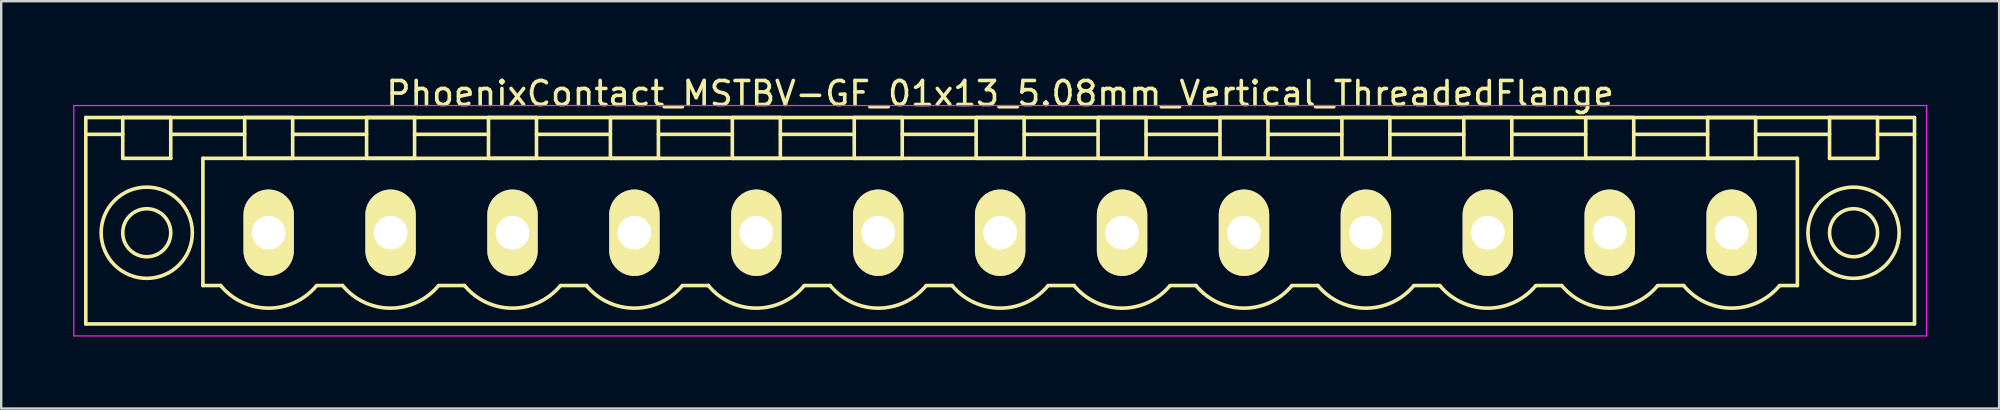
<source format=kicad_pcb>
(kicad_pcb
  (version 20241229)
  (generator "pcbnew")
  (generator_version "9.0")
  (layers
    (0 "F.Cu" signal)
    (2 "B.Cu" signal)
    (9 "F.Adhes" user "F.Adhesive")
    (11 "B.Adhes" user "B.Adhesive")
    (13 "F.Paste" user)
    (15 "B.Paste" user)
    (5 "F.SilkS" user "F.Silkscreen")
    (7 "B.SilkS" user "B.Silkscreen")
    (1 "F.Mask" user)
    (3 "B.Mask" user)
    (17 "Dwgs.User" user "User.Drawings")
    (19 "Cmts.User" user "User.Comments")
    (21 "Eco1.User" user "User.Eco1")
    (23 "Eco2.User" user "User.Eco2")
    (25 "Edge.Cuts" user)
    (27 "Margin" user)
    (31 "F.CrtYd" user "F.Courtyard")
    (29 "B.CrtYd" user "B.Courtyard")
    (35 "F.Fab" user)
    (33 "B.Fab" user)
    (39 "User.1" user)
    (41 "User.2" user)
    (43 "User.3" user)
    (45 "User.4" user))
  (footprint "PhoenixContact_MSTBV-GF_01x13_5.08mm_Vertical_ThreadedFlange"
    (layer "F.Cu")
    (at 8.145 6.648)
    (property "Reference" "PhoenixContact_MSTBV-GF_01x13_5.08mm_Vertical_ThreadedFlange" (at 30.48 -5.8 0) (layer "F.SilkS") (effects (font (size 1 1) (thickness 0.15))))
    (attr through_hole)
    (fp_line (start -7.62 -4.8) (end -7.62 3.8) (stroke (width 0.15) (type solid)) (layer "F.SilkS"))
    (fp_line (start -7.62 -4.1) (end -6.08 -4.1) (stroke (width 0.15) (type solid)) (layer "F.SilkS"))
    (fp_line (start -7.62 3.8) (end 68.58 3.8) (stroke (width 0.15) (type solid)) (layer "F.SilkS"))
    (fp_line (start -6.08 -4.8) (end -4.08 -4.8) (stroke (width 0.15) (type solid)) (layer "F.SilkS"))
    (fp_line (start -6.08 -3.1) (end -6.08 -4.8) (stroke (width 0.15) (type solid)) (layer "F.SilkS"))
    (fp_line (start -4.08 -4.8) (end -4.08 -3.1) (stroke (width 0.15) (type solid)) (layer "F.SilkS"))
    (fp_line (start -4.08 -4.1) (end -1 -4.1) (stroke (width 0.15) (type solid)) (layer "F.SilkS"))
    (fp_line (start -4.08 -3.1) (end -6.08 -3.1) (stroke (width 0.15) (type solid)) (layer "F.SilkS"))
    (fp_line (start -2.74 -3.1) (end 63.7 -3.1) (stroke (width 0.15) (type solid)) (layer "F.SilkS"))
    (fp_line (start -2.74 2.2) (end -2.74 -3.1) (stroke (width 0.15) (type solid)) (layer "F.SilkS"))
    (fp_line (start -2 2.2) (end -2.74 2.2) (stroke (width 0.15) (type solid)) (layer "F.SilkS"))
    (fp_line (start -1 -4.8) (end 1 -4.8) (stroke (width 0.15) (type solid)) (layer "F.SilkS"))
    (fp_line (start -1 -3.1) (end -1 -4.8) (stroke (width 0.15) (type solid)) (layer "F.SilkS"))
    (fp_line (start 1 -4.8) (end 1 -3.1) (stroke (width 0.15) (type solid)) (layer "F.SilkS"))
    (fp_line (start 1 -4.1) (end 4.08 -4.1) (stroke (width 0.15) (type solid)) (layer "F.SilkS"))
    (fp_line (start 1 -3.1) (end -1 -3.1) (stroke (width 0.15) (type solid)) (layer "F.SilkS"))
    (fp_line (start 2 2.2) (end 3.08 2.2) (stroke (width 0.15) (type solid)) (layer "F.SilkS"))
    (fp_line (start 4.08 -4.8) (end 6.08 -4.8) (stroke (width 0.15) (type solid)) (layer "F.SilkS"))
    (fp_line (start 4.08 -3.1) (end 4.08 -4.8) (stroke (width 0.15) (type solid)) (layer "F.SilkS"))
    (fp_line (start 6.08 -4.8) (end 6.08 -3.1) (stroke (width 0.15) (type solid)) (layer "F.SilkS"))
    (fp_line (start 6.08 -4.1) (end 9.16 -4.1) (stroke (width 0.15) (type solid)) (layer "F.SilkS"))
    (fp_line (start 6.08 -3.1) (end 4.08 -3.1) (stroke (width 0.15) (type solid)) (layer "F.SilkS"))
    (fp_line (start 7.08 2.2) (end 8.16 2.2) (stroke (width 0.15) (type solid)) (layer "F.SilkS"))
    (fp_line (start 9.16 -4.8) (end 11.16 -4.8) (stroke (width 0.15) (type solid)) (layer "F.SilkS"))
    (fp_line (start 9.16 -3.1) (end 9.16 -4.8) (stroke (width 0.15) (type solid)) (layer "F.SilkS"))
    (fp_line (start 11.16 -4.8) (end 11.16 -3.1) (stroke (width 0.15) (type solid)) (layer "F.SilkS"))
    (fp_line (start 11.16 -4.1) (end 14.24 -4.1) (stroke (width 0.15) (type solid)) (layer "F.SilkS"))
    (fp_line (start 11.16 -3.1) (end 9.16 -3.1) (stroke (width 0.15) (type solid)) (layer "F.SilkS"))
    (fp_line (start 12.16 2.2) (end 13.24 2.2) (stroke (width 0.15) (type solid)) (layer "F.SilkS"))
    (fp_line (start 14.24 -4.8) (end 16.24 -4.8) (stroke (width 0.15) (type solid)) (layer "F.SilkS"))
    (fp_line (start 14.24 -3.1) (end 14.24 -4.8) (stroke (width 0.15) (type solid)) (layer "F.SilkS"))
    (fp_line (start 16.24 -4.8) (end 16.24 -3.1) (stroke (width 0.15) (type solid)) (layer "F.SilkS"))
    (fp_line (start 16.24 -4.1) (end 19.32 -4.1) (stroke (width 0.15) (type solid)) (layer "F.SilkS"))
    (fp_line (start 16.24 -3.1) (end 14.24 -3.1) (stroke (width 0.15) (type solid)) (layer "F.SilkS"))
    (fp_line (start 17.24 2.2) (end 18.32 2.2) (stroke (width 0.15) (type solid)) (layer "F.SilkS"))
    (fp_line (start 19.32 -4.8) (end 21.32 -4.8) (stroke (width 0.15) (type solid)) (layer "F.SilkS"))
    (fp_line (start 19.32 -3.1) (end 19.32 -4.8) (stroke (width 0.15) (type solid)) (layer "F.SilkS"))
    (fp_line (start 21.32 -4.8) (end 21.32 -3.1) (stroke (width 0.15) (type solid)) (layer "F.SilkS"))
    (fp_line (start 21.32 -4.1) (end 24.4 -4.1) (stroke (width 0.15) (type solid)) (layer "F.SilkS"))
    (fp_line (start 21.32 -3.1) (end 19.32 -3.1) (stroke (width 0.15) (type solid)) (layer "F.SilkS"))
    (fp_line (start 22.32 2.2) (end 23.4 2.2) (stroke (width 0.15) (type solid)) (layer "F.SilkS"))
    (fp_line (start 24.4 -4.8) (end 26.4 -4.8) (stroke (width 0.15) (type solid)) (layer "F.SilkS"))
    (fp_line (start 24.4 -3.1) (end 24.4 -4.8) (stroke (width 0.15) (type solid)) (layer "F.SilkS"))
    (fp_line (start 26.4 -4.8) (end 26.4 -3.1) (stroke (width 0.15) (type solid)) (layer "F.SilkS"))
    (fp_line (start 26.4 -4.1) (end 29.48 -4.1) (stroke (width 0.15) (type solid)) (layer "F.SilkS"))
    (fp_line (start 26.4 -3.1) (end 24.4 -3.1) (stroke (width 0.15) (type solid)) (layer "F.SilkS"))
    (fp_line (start 27.4 2.2) (end 28.48 2.2) (stroke (width 0.15) (type solid)) (layer "F.SilkS"))
    (fp_line (start 29.48 -4.8) (end 31.48 -4.8) (stroke (width 0.15) (type solid)) (layer "F.SilkS"))
    (fp_line (start 29.48 -3.1) (end 29.48 -4.8) (stroke (width 0.15) (type solid)) (layer "F.SilkS"))
    (fp_line (start 31.48 -4.8) (end 31.48 -3.1) (stroke (width 0.15) (type solid)) (layer "F.SilkS"))
    (fp_line (start 31.48 -4.1) (end 34.56 -4.1) (stroke (width 0.15) (type solid)) (layer "F.SilkS"))
    (fp_line (start 31.48 -3.1) (end 29.48 -3.1) (stroke (width 0.15) (type solid)) (layer "F.SilkS"))
    (fp_line (start 32.48 2.2) (end 33.56 2.2) (stroke (width 0.15) (type solid)) (layer "F.SilkS"))
    (fp_line (start 34.56 -4.8) (end 36.56 -4.8) (stroke (width 0.15) (type solid)) (layer "F.SilkS"))
    (fp_line (start 34.56 -3.1) (end 34.56 -4.8) (stroke (width 0.15) (type solid)) (layer "F.SilkS"))
    (fp_line (start 36.56 -4.8) (end 36.56 -3.1) (stroke (width 0.15) (type solid)) (layer "F.SilkS"))
    (fp_line (start 36.56 -4.1) (end 39.64 -4.1) (stroke (width 0.15) (type solid)) (layer "F.SilkS"))
    (fp_line (start 36.56 -3.1) (end 34.56 -3.1) (stroke (width 0.15) (type solid)) (layer "F.SilkS"))
    (fp_line (start 37.56 2.2) (end 38.64 2.2) (stroke (width 0.15) (type solid)) (layer "F.SilkS"))
    (fp_line (start 39.64 -4.8) (end 41.64 -4.8) (stroke (width 0.15) (type solid)) (layer "F.SilkS"))
    (fp_line (start 39.64 -3.1) (end 39.64 -4.8) (stroke (width 0.15) (type solid)) (layer "F.SilkS"))
    (fp_line (start 41.64 -4.8) (end 41.64 -3.1) (stroke (width 0.15) (type solid)) (layer "F.SilkS"))
    (fp_line (start 41.64 -4.1) (end 44.72 -4.1) (stroke (width 0.15) (type solid)) (layer "F.SilkS"))
    (fp_line (start 41.64 -3.1) (end 39.64 -3.1) (stroke (width 0.15) (type solid)) (layer "F.SilkS"))
    (fp_line (start 42.64 2.2) (end 43.72 2.2) (stroke (width 0.15) (type solid)) (layer "F.SilkS"))
    (fp_line (start 44.72 -4.8) (end 46.72 -4.8) (stroke (width 0.15) (type solid)) (layer "F.SilkS"))
    (fp_line (start 44.72 -3.1) (end 44.72 -4.8) (stroke (width 0.15) (type solid)) (layer "F.SilkS"))
    (fp_line (start 46.72 -4.8) (end 46.72 -3.1) (stroke (width 0.15) (type solid)) (layer "F.SilkS"))
    (fp_line (start 46.72 -4.1) (end 49.8 -4.1) (stroke (width 0.15) (type solid)) (layer "F.SilkS"))
    (fp_line (start 46.72 -3.1) (end 44.72 -3.1) (stroke (width 0.15) (type solid)) (layer "F.SilkS"))
    (fp_line (start 47.72 2.2) (end 48.8 2.2) (stroke (width 0.15) (type solid)) (layer "F.SilkS"))
    (fp_line (start 49.8 -4.8) (end 51.8 -4.8) (stroke (width 0.15) (type solid)) (layer "F.SilkS"))
    (fp_line (start 49.8 -3.1) (end 49.8 -4.8) (stroke (width 0.15) (type solid)) (layer "F.SilkS"))
    (fp_line (start 51.8 -4.8) (end 51.8 -3.1) (stroke (width 0.15) (type solid)) (layer "F.SilkS"))
    (fp_line (start 51.8 -4.1) (end 54.88 -4.1) (stroke (width 0.15) (type solid)) (layer "F.SilkS"))
    (fp_line (start 51.8 -3.1) (end 49.8 -3.1) (stroke (width 0.15) (type solid)) (layer "F.SilkS"))
    (fp_line (start 52.8 2.2) (end 53.88 2.2) (stroke (width 0.15) (type solid)) (layer "F.SilkS"))
    (fp_line (start 54.88 -4.8) (end 56.88 -4.8) (stroke (width 0.15) (type solid)) (layer "F.SilkS"))
    (fp_line (start 54.88 -3.1) (end 54.88 -4.8) (stroke (width 0.15) (type solid)) (layer "F.SilkS"))
    (fp_line (start 56.88 -4.8) (end 56.88 -3.1) (stroke (width 0.15) (type solid)) (layer "F.SilkS"))
    (fp_line (start 56.88 -4.1) (end 59.96 -4.1) (stroke (width 0.15) (type solid)) (layer "F.SilkS"))
    (fp_line (start 56.88 -3.1) (end 54.88 -3.1) (stroke (width 0.15) (type solid)) (layer "F.SilkS"))
    (fp_line (start 57.88 2.2) (end 58.96 2.2) (stroke (width 0.15) (type solid)) (layer "F.SilkS"))
    (fp_line (start 59.96 -4.8) (end 61.96 -4.8) (stroke (width 0.15) (type solid)) (layer "F.SilkS"))
    (fp_line (start 59.96 -3.1) (end 59.96 -4.8) (stroke (width 0.15) (type solid)) (layer "F.SilkS"))
    (fp_line (start 61.96 -4.8) (end 61.96 -3.1) (stroke (width 0.15) (type solid)) (layer "F.SilkS"))
    (fp_line (start 61.96 -4.1) (end 65.04 -4.1) (stroke (width 0.15) (type solid)) (layer "F.SilkS"))
    (fp_line (start 61.96 -3.1) (end 59.96 -3.1) (stroke (width 0.15) (type solid)) (layer "F.SilkS"))
    (fp_line (start 63.7 -3.1) (end 63.7 2.2) (stroke (width 0.15) (type solid)) (layer "F.SilkS"))
    (fp_line (start 63.7 2.2) (end 62.96 2.2) (stroke (width 0.15) (type solid)) (layer "F.SilkS"))
    (fp_line (start 65.04 -4.8) (end 67.04 -4.8) (stroke (width 0.15) (type solid)) (layer "F.SilkS"))
    (fp_line (start 65.04 -3.1) (end 65.04 -4.8) (stroke (width 0.15) (type solid)) (layer "F.SilkS"))
    (fp_line (start 67.04 -4.8) (end 67.04 -3.1) (stroke (width 0.15) (type solid)) (layer "F.SilkS"))
    (fp_line (start 67.04 -3.1) (end 65.04 -3.1) (stroke (width 0.15) (type solid)) (layer "F.SilkS"))
    (fp_line (start 68.58 -4.8) (end -7.62 -4.8) (stroke (width 0.15) (type solid)) (layer "F.SilkS"))
    (fp_line (start 68.58 -4.1) (end 67.04 -4.1) (stroke (width 0.15) (type solid)) (layer "F.SilkS"))
    (fp_line (start 68.58 3.8) (end 68.58 -4.8) (stroke (width 0.15) (type solid)) (layer "F.SilkS"))
    (fp_arc (start 1.986842 2.215821) (mid -0.010289 3.142758) (end -2 2.2) (stroke (width 0.15) (type solid)) (layer "F.SilkS"))
    (fp_arc (start 7.066842 2.215821) (mid 5.069711 3.142758) (end 3.08 2.2) (stroke (width 0.15) (type solid)) (layer "F.SilkS"))
    (fp_arc (start 12.146842 2.215821) (mid 10.149711 3.142758) (end 8.16 2.2) (stroke (width 0.15) (type solid)) (layer "F.SilkS"))
    (fp_arc (start 17.226842 2.215821) (mid 15.229711 3.142758) (end 13.24 2.2) (stroke (width 0.15) (type solid)) (layer "F.SilkS"))
    (fp_arc (start 22.306842 2.215821) (mid 20.309711 3.142758) (end 18.32 2.2) (stroke (width 0.15) (type solid)) (layer "F.SilkS"))
    (fp_arc (start 27.386842 2.215821) (mid 25.389711 3.142758) (end 23.4 2.2) (stroke (width 0.15) (type solid)) (layer "F.SilkS"))
    (fp_arc (start 32.466842 2.215821) (mid 30.469711 3.142758) (end 28.48 2.2) (stroke (width 0.15) (type solid)) (layer "F.SilkS"))
    (fp_arc (start 37.546842 2.215821) (mid 35.549711 3.142758) (end 33.56 2.2) (stroke (width 0.15) (type solid)) (layer "F.SilkS"))
    (fp_arc (start 42.626842 2.215821) (mid 40.629711 3.142758) (end 38.64 2.2) (stroke (width 0.15) (type solid)) (layer "F.SilkS"))
    (fp_arc (start 47.706842 2.215821) (mid 45.709711 3.142758) (end 43.72 2.2) (stroke (width 0.15) (type solid)) (layer "F.SilkS"))
    (fp_arc (start 52.786842 2.215821) (mid 50.789711 3.142758) (end 48.8 2.2) (stroke (width 0.15) (type solid)) (layer "F.SilkS"))
    (fp_arc (start 57.866842 2.215821) (mid 55.869711 3.142758) (end 53.88 2.2) (stroke (width 0.15) (type solid)) (layer "F.SilkS"))
    (fp_arc (start 62.946842 2.215821) (mid 60.949711 3.142758) (end 58.96 2.2) (stroke (width 0.15) (type solid)) (layer "F.SilkS"))
    (fp_circle (center -5.08 0) (end -4.08 0) (stroke (width 0.15) (type solid)) (fill no) (layer "F.SilkS"))
    (fp_circle (center -5.08 0) (end -3.18 0) (stroke (width 0.15) (type solid)) (fill no) (layer "F.SilkS"))
    (fp_circle (center 66.04 0) (end 67.04 0) (stroke (width 0.15) (type solid)) (fill no) (layer "F.SilkS"))
    (fp_circle (center 66.04 0) (end 67.94 0) (stroke (width 0.15) (type solid)) (fill no) (layer "F.SilkS"))
    (fp_line (start -8.12 -5.3) (end -8.12 4.3) (stroke (width 0.05) (type solid)) (layer "F.CrtYd"))
    (fp_line (start -8.12 4.3) (end 69.08 4.3) (stroke (width 0.05) (type solid)) (layer "F.CrtYd"))
    (fp_line (start 69.08 -5.3) (end -8.12 -5.3) (stroke (width 0.05) (type solid)) (layer "F.CrtYd"))
    (fp_line (start 69.08 4.3) (end 69.08 -5.3) (stroke (width 0.05) (type solid)) (layer "F.CrtYd"))
    (pad "1" thru_hole oval (at 0 0) (size 2.1 3.6) (drill 1.4) (layers "*.Cu" "*.Mask" "F.SilkS"))
    (pad "2" thru_hole oval (at 5.08 0) (size 2.1 3.6) (drill 1.4) (layers "*.Cu" "*.Mask" "F.SilkS"))
    (pad "3" thru_hole oval (at 10.16 0) (size 2.1 3.6) (drill 1.4) (layers "*.Cu" "*.Mask" "F.SilkS"))
    (pad "4" thru_hole oval (at 15.24 0) (size 2.1 3.6) (drill 1.4) (layers "*.Cu" "*.Mask" "F.SilkS"))
    (pad "5" thru_hole oval (at 20.32 0) (size 2.1 3.6) (drill 1.4) (layers "*.Cu" "*.Mask" "F.SilkS"))
    (pad "6" thru_hole oval (at 25.4 0) (size 2.1 3.6) (drill 1.4) (layers "*.Cu" "*.Mask" "F.SilkS"))
    (pad "7" thru_hole oval (at 30.48 0) (size 2.1 3.6) (drill 1.4) (layers "*.Cu" "*.Mask" "F.SilkS"))
    (pad "8" thru_hole oval (at 35.56 0) (size 2.1 3.6) (drill 1.4) (layers "*.Cu" "*.Mask" "F.SilkS"))
    (pad "9" thru_hole oval (at 40.64 0) (size 2.1 3.6) (drill 1.4) (layers "*.Cu" "*.Mask" "F.SilkS"))
    (pad "10" thru_hole oval (at 45.72 0) (size 2.1 3.6) (drill 1.4) (layers "*.Cu" "*.Mask" "F.SilkS"))
    (pad "11" thru_hole oval (at 50.8 0) (size 2.1 3.6) (drill 1.4) (layers "*.Cu" "*.Mask" "F.SilkS"))
    (pad "12" thru_hole oval (at 55.88 0) (size 2.1 3.6) (drill 1.4) (layers "*.Cu" "*.Mask" "F.SilkS"))
    (pad "13" thru_hole oval (at 60.96 0) (size 2.1 3.6) (drill 1.4) (layers "*.Cu" "*.Mask" "F.SilkS")))
  (gr_rect
    (start -3 -3)
    (end 80.25 13.973)
    (stroke (width 0.1) (type default))
    (fill no)
    (layer "Edge.Cuts")))
</source>
